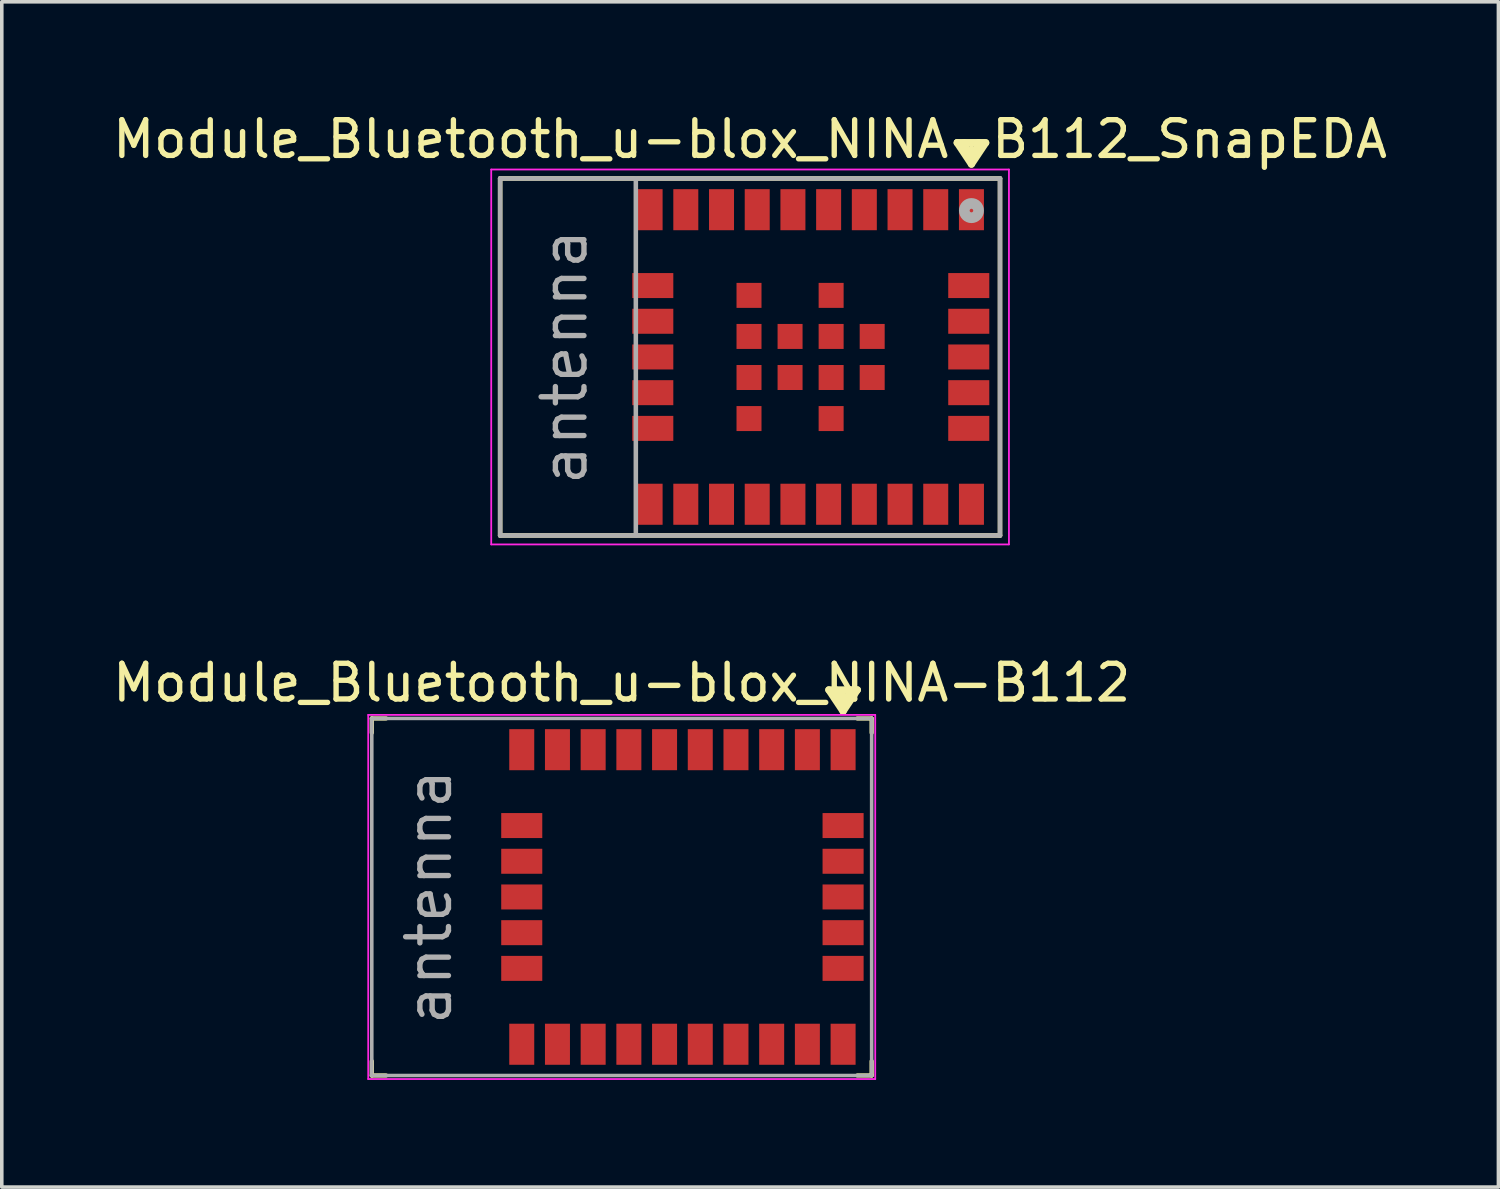
<source format=kicad_pcb>
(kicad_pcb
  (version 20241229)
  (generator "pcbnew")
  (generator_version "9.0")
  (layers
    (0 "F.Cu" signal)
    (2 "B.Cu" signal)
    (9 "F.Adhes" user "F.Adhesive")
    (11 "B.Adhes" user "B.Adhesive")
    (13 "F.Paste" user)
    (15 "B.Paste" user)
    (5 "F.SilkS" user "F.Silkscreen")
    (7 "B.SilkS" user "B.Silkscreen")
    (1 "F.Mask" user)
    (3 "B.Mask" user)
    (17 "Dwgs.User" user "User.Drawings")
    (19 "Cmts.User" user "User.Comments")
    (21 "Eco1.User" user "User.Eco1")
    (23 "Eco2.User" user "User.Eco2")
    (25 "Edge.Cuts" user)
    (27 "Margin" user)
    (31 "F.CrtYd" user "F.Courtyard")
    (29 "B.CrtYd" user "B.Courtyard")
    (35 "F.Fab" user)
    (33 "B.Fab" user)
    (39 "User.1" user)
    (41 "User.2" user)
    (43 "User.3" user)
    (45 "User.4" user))
  (footprint "Module_Bluetooth_u-blox_NINA-B112"
    (layer "F.Cu")
    (at 14.363 22.072)
    (property "Reference" "Module_Bluetooth_u-blox_NINA-B112" (at 0 -6 0) (layer "F.SilkS") (effects (font (size 1 1) (thickness 0.15))))
    (attr through_hole)
    (fp_line (start -7 -5) (end -7 -4.6) (stroke (width 0.12) (type solid)) (layer "F.SilkS"))
    (fp_line (start -7 -5) (end -6.6 -5) (stroke (width 0.12) (type solid)) (layer "F.SilkS"))
    (fp_line (start -7 5) (end -7 4.6) (stroke (width 0.12) (type solid)) (layer "F.SilkS"))
    (fp_line (start -7 5) (end -6.6 5) (stroke (width 0.12) (type solid)) (layer "F.SilkS"))
    (fp_line (start 5.8 -5.8) (end 6.6 -5.8) (stroke (width 0.2) (type solid)) (layer "F.SilkS"))
    (fp_line (start 6 -5.8) (end 6.2 -5.3) (stroke (width 0.2) (type solid)) (layer "F.SilkS"))
    (fp_line (start 6.2 -5.3) (end 6.2 -5.8) (stroke (width 0.12) (type solid)) (layer "F.SilkS"))
    (fp_line (start 6.2 -5.3) (end 6.4 -5.8) (stroke (width 0.2) (type solid)) (layer "F.SilkS"))
    (fp_line (start 6.2 -5.2) (end 5.8 -5.8) (stroke (width 0.2) (type solid)) (layer "F.SilkS"))
    (fp_line (start 6.6 -5.8) (end 6.2 -5.2) (stroke (width 0.2) (type solid)) (layer "F.SilkS"))
    (fp_line (start 7 -5) (end 6.6 -5) (stroke (width 0.12) (type solid)) (layer "F.SilkS"))
    (fp_line (start 7 -5) (end 7 -4.6) (stroke (width 0.12) (type solid)) (layer "F.SilkS"))
    (fp_line (start 7 5) (end 6.6 5) (stroke (width 0.12) (type solid)) (layer "F.SilkS"))
    (fp_line (start 7 5) (end 7 4.6) (stroke (width 0.12) (type solid)) (layer "F.SilkS"))
    (fp_line (start -7.1 -5.1) (end 7.1 -5.1) (stroke (width 0.05) (type solid)) (layer "F.CrtYd"))
    (fp_line (start -7.1 5.1) (end -7.1 -5.1) (stroke (width 0.05) (type solid)) (layer "F.CrtYd"))
    (fp_line (start 7.1 -5.1) (end 7.1 5.1) (stroke (width 0.05) (type solid)) (layer "F.CrtYd"))
    (fp_line (start 7.1 5.1) (end -7.1 5.1) (stroke (width 0.05) (type solid)) (layer "F.CrtYd"))
    (fp_line (start -7 -5) (end -7 5) (stroke (width 0.1) (type solid)) (layer "F.Fab"))
    (fp_line (start -7 -5) (end 7 -5) (stroke (width 0.1) (type solid)) (layer "F.Fab"))
    (fp_line (start -7 5) (end 7 5) (stroke (width 0.1) (type solid)) (layer "F.Fab"))
    (fp_line (start 7 -5) (end 7 5) (stroke (width 0.1) (type solid)) (layer "F.Fab"))
    (fp_text user "antenna" (at -5.4 0 90) (layer "F.Fab") (effects (font (size 1.2 1.2) (thickness 0.15))))
    (pad "1" smd rect (at 6.2 -4.125) (size 0.7 1.15) (layers "F.Cu" "F.Mask" "F.Paste"))
    (pad "2" smd rect (at 5.2 -4.125) (size 0.7 1.15) (layers "F.Cu" "F.Mask" "F.Paste"))
    (pad "3" smd rect (at 4.2 -4.125) (size 0.7 1.15) (layers "F.Cu" "F.Mask" "F.Paste"))
    (pad "4" smd rect (at 3.2 -4.125) (size 0.7 1.15) (layers "F.Cu" "F.Mask" "F.Paste"))
    (pad "5" smd rect (at 2.2 -4.125) (size 0.7 1.15) (layers "F.Cu" "F.Mask" "F.Paste"))
    (pad "6" smd rect (at 1.2 -4.125) (size 0.7 1.15) (layers "F.Cu" "F.Mask" "F.Paste"))
    (pad "7" smd rect (at 0.2 -4.125) (size 0.7 1.15) (layers "F.Cu" "F.Mask" "F.Paste"))
    (pad "8" smd rect (at -0.8 -4.125) (size 0.7 1.15) (layers "F.Cu" "F.Mask" "F.Paste"))
    (pad "9" smd rect (at -1.8 -4.125) (size 0.7 1.15) (layers "F.Cu" "F.Mask" "F.Paste"))
    (pad "10" smd rect (at -2.8 -4.125) (size 0.7 1.15) (layers "F.Cu" "F.Mask" "F.Paste"))
    (pad "11" smd rect (at -2.8 -2 90) (size 0.7 1.15) (layers "F.Cu" "F.Mask" "F.Paste"))
    (pad "12" smd rect (at -2.8 -1 90) (size 0.7 1.15) (layers "F.Cu" "F.Mask" "F.Paste"))
    (pad "13" smd rect (at -2.8 0 90) (size 0.7 1.15) (layers "F.Cu" "F.Mask" "F.Paste"))
    (pad "14" smd rect (at -2.8 1 90) (size 0.7 1.15) (layers "F.Cu" "F.Mask" "F.Paste"))
    (pad "15" smd rect (at -2.8 2 90) (size 0.7 1.15) (layers "F.Cu" "F.Mask" "F.Paste"))
    (pad "16" smd rect (at -2.8 4.125) (size 0.7 1.15) (layers "F.Cu" "F.Mask" "F.Paste"))
    (pad "17" smd rect (at -1.8 4.125) (size 0.7 1.15) (layers "F.Cu" "F.Mask" "F.Paste"))
    (pad "18" smd rect (at -0.8 4.125) (size 0.7 1.15) (layers "F.Cu" "F.Mask" "F.Paste"))
    (pad "19" smd rect (at 0.2 4.125) (size 0.7 1.15) (layers "F.Cu" "F.Mask" "F.Paste"))
    (pad "20" smd rect (at 1.2 4.125) (size 0.7 1.15) (layers "F.Cu" "F.Mask" "F.Paste"))
    (pad "21" smd rect (at 2.2 4.125) (size 0.7 1.15) (layers "F.Cu" "F.Mask" "F.Paste"))
    (pad "22" smd rect (at 3.2 4.125) (size 0.7 1.15) (layers "F.Cu" "F.Mask" "F.Paste"))
    (pad "23" smd rect (at 4.2 4.125) (size 0.7 1.15) (layers "F.Cu" "F.Mask" "F.Paste"))
    (pad "24" smd rect (at 5.2 4.125) (size 0.7 1.15) (layers "F.Cu" "F.Mask" "F.Paste"))
    (pad "25" smd rect (at 6.2 4.125) (size 0.7 1.15) (layers "F.Cu" "F.Mask" "F.Paste"))
    (pad "26" smd rect (at 6.2 2 90) (size 0.7 1.15) (layers "F.Cu" "F.Mask" "F.Paste"))
    (pad "27" smd rect (at 6.2 1 90) (size 0.7 1.15) (layers "F.Cu" "F.Mask" "F.Paste"))
    (pad "28" smd rect (at 6.2 0 90) (size 0.7 1.15) (layers "F.Cu" "F.Mask" "F.Paste"))
    (pad "29" smd rect (at 6.2 -1 90) (size 0.7 1.15) (layers "F.Cu" "F.Mask" "F.Paste"))
    (pad "30" smd rect (at 6.2 -2 90) (size 0.7 1.15) (layers "F.Cu" "F.Mask" "F.Paste")))
  (footprint "Module_Bluetooth_u-blox_NINA-B112_SnapEDA"
    (layer "F.Cu")
    (at 17.958 6.948)
    (property "Reference" "Module_Bluetooth_u-blox_NINA-B112_SnapEDA" (at 0 -6.1 0) (layer "F.SilkS") (effects (font (size 1 1) (thickness 0.15))))
    (attr through_hole)
    (fp_line (start -7 -5) (end -7 5) (stroke (width 0.127) (type solid)) (layer "F.SilkS"))
    (fp_line (start -7 5) (end 7 5) (stroke (width 0.127) (type solid)) (layer "F.SilkS"))
    (fp_line (start 5.8 -6) (end 6.6 -6) (stroke (width 0.2) (type solid)) (layer "F.SilkS"))
    (fp_line (start 6 -6) (end 6.2 -5.5) (stroke (width 0.2) (type solid)) (layer "F.SilkS"))
    (fp_line (start 6.2 -5.5) (end 6.2 -6) (stroke (width 0.12) (type solid)) (layer "F.SilkS"))
    (fp_line (start 6.2 -5.5) (end 6.4 -6) (stroke (width 0.2) (type solid)) (layer "F.SilkS"))
    (fp_line (start 6.2 -5.4) (end 5.8 -6) (stroke (width 0.2) (type solid)) (layer "F.SilkS"))
    (fp_line (start 6.6 -6) (end 6.2 -5.4) (stroke (width 0.2) (type solid)) (layer "F.SilkS"))
    (fp_line (start 7 -5) (end -7 -5) (stroke (width 0.127) (type solid)) (layer "F.SilkS"))
    (fp_line (start 7 5) (end 7 -5) (stroke (width 0.127) (type solid)) (layer "F.SilkS"))
    (fp_line (start -7.25 -5.25) (end 7.25 -5.25) (stroke (width 0.05) (type solid)) (layer "F.CrtYd"))
    (fp_line (start -7.25 5.25) (end -7.25 -5.25) (stroke (width 0.05) (type solid)) (layer "F.CrtYd"))
    (fp_line (start 7.25 -5.25) (end 7.25 5.25) (stroke (width 0.05) (type solid)) (layer "F.CrtYd"))
    (fp_line (start 7.25 5.25) (end -7.25 5.25) (stroke (width 0.05) (type solid)) (layer "F.CrtYd"))
    (fp_line (start -7 -5) (end -7 5) (stroke (width 0.127) (type solid)) (layer "F.Fab"))
    (fp_line (start -7 5) (end -3.2 5) (stroke (width 0.127) (type solid)) (layer "F.Fab"))
    (fp_line (start -3.2 -5) (end -7 -5) (stroke (width 0.127) (type solid)) (layer "F.Fab"))
    (fp_line (start -3.2 -5) (end -3.2 5) (stroke (width 0.127) (type solid)) (layer "F.Fab"))
    (fp_line (start -3.2 5) (end 7 5) (stroke (width 0.127) (type solid)) (layer "F.Fab"))
    (fp_line (start 7 -5) (end -3.2 -5) (stroke (width 0.127) (type solid)) (layer "F.Fab"))
    (fp_line (start 7 5) (end 7 -5) (stroke (width 0.127) (type solid)) (layer "F.Fab"))
    (fp_circle (center 6.2 -4.1) (end 6.25 -4.1) (stroke (width 0.3) (type solid)) (fill no) (layer "F.Fab"))
    (fp_text user "antenna" (at -5.2 0 270) (layer "F.Fab") (effects (font (size 1.2 1.2) (thickness 0.15))))
    (pad "1" smd rect (at 6.2 -4.125) (size 0.7 1.15) (layers "F.Cu" "F.Mask" "F.Paste"))
    (pad "2" smd rect (at 5.2 -4.125) (size 0.7 1.15) (layers "F.Cu" "F.Mask" "F.Paste"))
    (pad "3" smd rect (at 4.2 -4.125) (size 0.7 1.15) (layers "F.Cu" "F.Mask" "F.Paste"))
    (pad "4" smd rect (at 3.2 -4.125) (size 0.7 1.15) (layers "F.Cu" "F.Mask" "F.Paste"))
    (pad "5" smd rect (at 2.2 -4.125) (size 0.7 1.15) (layers "F.Cu" "F.Mask" "F.Paste"))
    (pad "6" smd rect (at 1.2 -4.125) (size 0.7 1.15) (layers "F.Cu" "F.Mask" "F.Paste"))
    (pad "7" smd rect (at 0.2 -4.125) (size 0.7 1.15) (layers "F.Cu" "F.Mask" "F.Paste"))
    (pad "8" smd rect (at -0.8 -4.125) (size 0.7 1.15) (layers "F.Cu" "F.Mask" "F.Paste"))
    (pad "9" smd rect (at -1.8 -4.125) (size 0.7 1.15) (layers "F.Cu" "F.Mask" "F.Paste"))
    (pad "10" smd rect (at -2.8 -4.125) (size 0.7 1.15) (layers "F.Cu" "F.Mask" "F.Paste"))
    (pad "11" smd rect (at -2.725 -2) (size 1.15 0.7) (layers "F.Cu" "F.Mask" "F.Paste"))
    (pad "12" smd rect (at -2.725 -1) (size 1.15 0.7) (layers "F.Cu" "F.Mask" "F.Paste"))
    (pad "13" smd rect (at -2.725 0) (size 1.15 0.7) (layers "F.Cu" "F.Mask" "F.Paste"))
    (pad "14" smd rect (at -2.725 1) (size 1.15 0.7) (layers "F.Cu" "F.Mask" "F.Paste"))
    (pad "15" smd rect (at -2.725 2) (size 1.15 0.7) (layers "F.Cu" "F.Mask" "F.Paste"))
    (pad "16" smd rect (at -2.8 4.125) (size 0.7 1.15) (layers "F.Cu" "F.Mask" "F.Paste"))
    (pad "17" smd rect (at -1.8 4.125) (size 0.7 1.15) (layers "F.Cu" "F.Mask" "F.Paste"))
    (pad "18" smd rect (at -0.8 4.125) (size 0.7 1.15) (layers "F.Cu" "F.Mask" "F.Paste"))
    (pad "19" smd rect (at 0.2 4.125) (size 0.7 1.15) (layers "F.Cu" "F.Mask" "F.Paste"))
    (pad "20" smd rect (at 1.2 4.125) (size 0.7 1.15) (layers "F.Cu" "F.Mask" "F.Paste"))
    (pad "21" smd rect (at 2.2 4.125) (size 0.7 1.15) (layers "F.Cu" "F.Mask" "F.Paste"))
    (pad "22" smd rect (at 3.2 4.125) (size 0.7 1.15) (layers "F.Cu" "F.Mask" "F.Paste"))
    (pad "23" smd rect (at 4.2 4.125) (size 0.7 1.15) (layers "F.Cu" "F.Mask" "F.Paste"))
    (pad "24" smd rect (at 5.2 4.125) (size 0.7 1.15) (layers "F.Cu" "F.Mask" "F.Paste"))
    (pad "25" smd rect (at 6.2 4.125) (size 0.7 1.15) (layers "F.Cu" "F.Mask" "F.Paste"))
    (pad "26" smd rect (at 6.125 2) (size 1.15 0.7) (layers "F.Cu" "F.Mask" "F.Paste"))
    (pad "27" smd rect (at 6.125 1) (size 1.15 0.7) (layers "F.Cu" "F.Mask" "F.Paste"))
    (pad "28" smd rect (at 6.125 0) (size 1.15 0.7) (layers "F.Cu" "F.Mask" "F.Paste"))
    (pad "29" smd rect (at 6.125 -1) (size 1.15 0.7) (layers "F.Cu" "F.Mask" "F.Paste"))
    (pad "30" smd rect (at 6.125 -2) (size 1.15 0.7) (layers "F.Cu" "F.Mask" "F.Paste"))
    (pad "EXP1" smd rect (at -0.03 -1.725) (size 0.7 0.7) (layers "F.Cu" "F.Mask" "F.Paste"))
    (pad "EXP2" smd rect (at -0.03 -0.575) (size 0.7 0.7) (layers "F.Cu" "F.Mask" "F.Paste"))
    (pad "EXP3" smd rect (at -0.03 0.575) (size 0.7 0.7) (layers "F.Cu" "F.Mask" "F.Paste"))
    (pad "EXP4" smd rect (at -0.03 1.725) (size 0.7 0.7) (layers "F.Cu" "F.Mask" "F.Paste"))
    (pad "EXP5" smd rect (at 1.12 0.575) (size 0.7 0.7) (layers "F.Cu" "F.Mask" "F.Paste"))
    (pad "EXP6" smd rect (at 1.12 -0.575) (size 0.7 0.7) (layers "F.Cu" "F.Mask" "F.Paste"))
    (pad "EXP7" smd rect (at 2.27 -1.725) (size 0.7 0.7) (layers "F.Cu" "F.Mask" "F.Paste"))
    (pad "EXP8" smd rect (at 2.27 -0.575) (size 0.7 0.7) (layers "F.Cu" "F.Mask" "F.Paste"))
    (pad "EXP9" smd rect (at 2.27 0.575) (size 0.7 0.7) (layers "F.Cu" "F.Mask" "F.Paste"))
    (pad "EXP10" smd rect (at 2.27 1.725) (size 0.7 0.7) (layers "F.Cu" "F.Mask" "F.Paste"))
    (pad "EXP11" smd rect (at 3.42 0.575) (size 0.7 0.7) (layers "F.Cu" "F.Mask" "F.Paste"))
    (pad "EXP12" smd rect (at 3.42 -0.575) (size 0.7 0.7) (layers "F.Cu" "F.Mask" "F.Paste")))
  (gr_rect
    (start -3 -3)
    (end 38.917 30.197)
    (stroke (width 0.1) (type default))
    (fill no)
    (layer "Edge.Cuts")))
</source>
